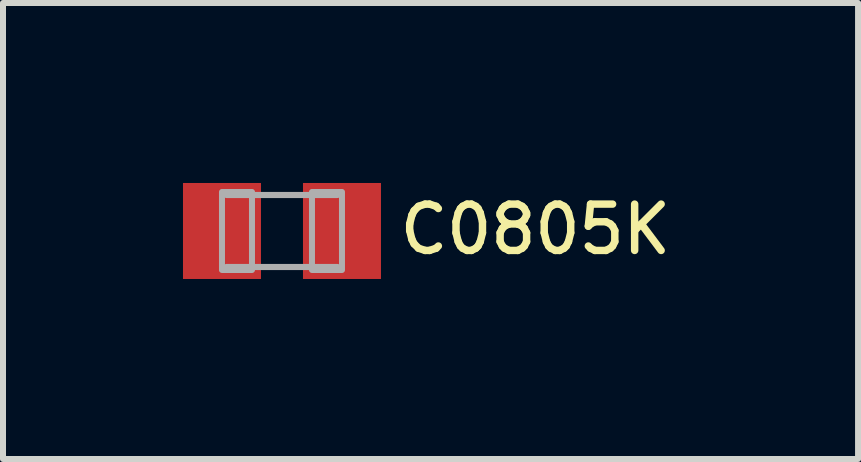
<source format=kicad_pcb>
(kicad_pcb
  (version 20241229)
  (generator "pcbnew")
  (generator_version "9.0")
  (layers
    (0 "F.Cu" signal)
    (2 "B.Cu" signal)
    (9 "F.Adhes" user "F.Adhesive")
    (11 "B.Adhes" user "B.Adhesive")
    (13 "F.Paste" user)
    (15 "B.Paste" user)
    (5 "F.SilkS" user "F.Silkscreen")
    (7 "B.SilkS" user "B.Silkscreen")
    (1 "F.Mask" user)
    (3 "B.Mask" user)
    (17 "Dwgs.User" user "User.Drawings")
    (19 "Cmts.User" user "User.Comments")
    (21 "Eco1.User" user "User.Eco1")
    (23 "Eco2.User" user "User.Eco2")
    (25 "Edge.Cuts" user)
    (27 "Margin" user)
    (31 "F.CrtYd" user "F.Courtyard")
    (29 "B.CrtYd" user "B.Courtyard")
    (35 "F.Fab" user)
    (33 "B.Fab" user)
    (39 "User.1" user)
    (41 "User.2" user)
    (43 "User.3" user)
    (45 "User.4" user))
  (footprint "C0805K"
    (layer "F.Cu")
    (at 1.65 0.8)
    (property "Reference" "C0805K" (at 1.9 0.425 0) (layer "F.SilkS") (effects (font (size 0.772 0.772) (thickness 0.124)) (justify left bottom)))
    (attr through_hole)
    (fp_line (start -0.925 -0.6) (end 0.925 -0.6) (stroke (width 0.102) (type solid)) (layer "F.Fab"))
    (fp_line (start 0.925 0.6) (end -0.925 0.6) (stroke (width 0.102) (type solid)) (layer "F.Fab"))
    (fp_poly (pts (xy -1 0.65) (xy -0.5 0.65) (xy -0.5 -0.65) (xy -1 -0.65)) (stroke (width 0.1) (type solid)) (fill no) (layer "F.Fab"))
    (fp_poly (pts (xy 0.5 0.65) (xy 1 0.65) (xy 1 -0.65) (xy 0.5 -0.65)) (stroke (width 0.1) (type solid)) (fill no) (layer "F.Fab"))
    (pad "1" smd rect (at -1 0) (size 1.3 1.6) (layers "F.Cu" "F.Mask" "F.Paste"))
    (pad "2" smd rect (at 1 0) (size 1.3 1.6) (layers "F.Cu" "F.Mask" "F.Paste")))
  (gr_rect
    (start -3 -3)
    (end 11.252 4.6)
    (stroke (width 0.1) (type default))
    (fill no)
    (layer "Edge.Cuts")))
</source>
